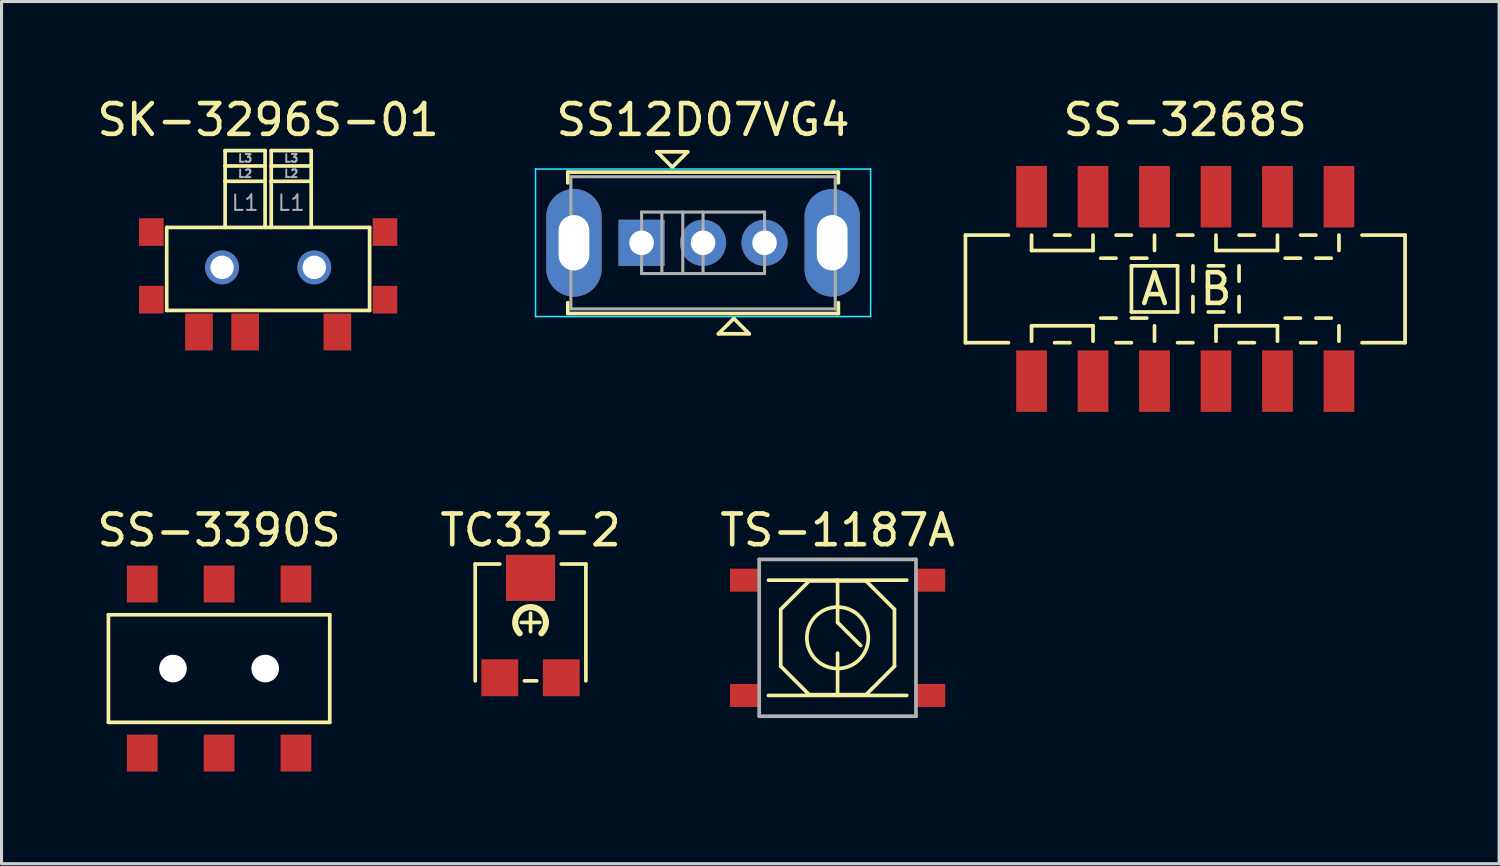
<source format=kicad_pcb>
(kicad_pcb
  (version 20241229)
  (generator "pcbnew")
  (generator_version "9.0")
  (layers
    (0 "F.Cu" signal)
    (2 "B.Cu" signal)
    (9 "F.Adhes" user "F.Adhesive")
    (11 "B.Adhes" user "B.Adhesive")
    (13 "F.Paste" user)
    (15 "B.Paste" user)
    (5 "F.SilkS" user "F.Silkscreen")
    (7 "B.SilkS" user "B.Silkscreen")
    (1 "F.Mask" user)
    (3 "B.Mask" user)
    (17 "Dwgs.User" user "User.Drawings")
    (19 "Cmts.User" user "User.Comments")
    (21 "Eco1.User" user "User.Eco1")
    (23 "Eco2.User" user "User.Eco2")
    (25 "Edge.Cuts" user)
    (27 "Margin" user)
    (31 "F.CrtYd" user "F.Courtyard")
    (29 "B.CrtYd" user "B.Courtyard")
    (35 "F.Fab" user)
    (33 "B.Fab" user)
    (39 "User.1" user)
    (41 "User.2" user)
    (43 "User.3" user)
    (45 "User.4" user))
  (footprint "SS12D07VG4"
    (layer "F.Cu")
    (at 17.82 4.848)
    (property "Reference" "SS12D07VG4" (at 2 -4 0) (layer "F.SilkS") (effects (font (size 1 1) (thickness 0.15))))
    (attr through_hole)
    (fp_line (start -2.4 -2.3) (end 6.4 -2.3) (stroke (width 0.12) (type solid)) (layer "F.SilkS"))
    (fp_line (start -2.4 -1.95) (end -2.4 -2.3) (stroke (width 0.12) (type solid)) (layer "F.SilkS"))
    (fp_line (start -2.4 2.3) (end -2.4 1.95) (stroke (width 0.12) (type solid)) (layer "F.SilkS"))
    (fp_line (start 0.5 -2.96) (end 1 -2.46) (stroke (width 0.12) (type solid)) (layer "F.SilkS"))
    (fp_line (start 1 -2.46) (end 1.5 -2.96) (stroke (width 0.12) (type solid)) (layer "F.SilkS"))
    (fp_line (start 1.5 -2.96) (end 0.5 -2.96) (stroke (width 0.12) (type solid)) (layer "F.SilkS"))
    (fp_line (start 2.5 2.96) (end 3.5 2.96) (stroke (width 0.12) (type solid)) (layer "F.SilkS"))
    (fp_line (start 3 2.46) (end 2.5 2.96) (stroke (width 0.12) (type solid)) (layer "F.SilkS"))
    (fp_line (start 3.5 2.96) (end 3 2.46) (stroke (width 0.12) (type solid)) (layer "F.SilkS"))
    (fp_line (start 6.4 -2.3) (end 6.4 -1.95) (stroke (width 0.12) (type solid)) (layer "F.SilkS"))
    (fp_line (start 6.4 2.3) (end -2.4 2.3) (stroke (width 0.12) (type solid)) (layer "F.SilkS"))
    (fp_line (start 6.4 2.3) (end 6.4 1.95) (stroke (width 0.12) (type solid)) (layer "F.SilkS"))
    (fp_line (start -3.45 -2.4) (end 7.45 -2.4) (stroke (width 0.05) (type solid)) (layer "B.CrtYd"))
    (fp_line (start -3.45 2.4) (end -3.45 -2.4) (stroke (width 0.05) (type solid)) (layer "B.CrtYd"))
    (fp_line (start 7.45 -2.4) (end 7.45 2.4) (stroke (width 0.05) (type solid)) (layer "B.CrtYd"))
    (fp_line (start 7.45 2.4) (end -3.45 2.4) (stroke (width 0.05) (type solid)) (layer "B.CrtYd"))
    (fp_line (start -2.3 -2.15) (end 6.3 -2.15) (stroke (width 0.1) (type solid)) (layer "F.Fab"))
    (fp_line (start -2.3 2.15) (end -2.3 -2.15) (stroke (width 0.1) (type solid)) (layer "F.Fab"))
    (fp_line (start 0 -1) (end 0 1) (stroke (width 0.1) (type solid)) (layer "F.Fab"))
    (fp_line (start 0 -1) (end 4 -1) (stroke (width 0.1) (type solid)) (layer "F.Fab"))
    (fp_line (start 0 1) (end 4 1) (stroke (width 0.1) (type solid)) (layer "F.Fab"))
    (fp_line (start 0.66 -1) (end 0.66 1) (stroke (width 0.1) (type solid)) (layer "F.Fab"))
    (fp_line (start 1.34 -1) (end 1.34 1) (stroke (width 0.1) (type solid)) (layer "F.Fab"))
    (fp_line (start 2 -1) (end 2 1) (stroke (width 0.1) (type solid)) (layer "F.Fab"))
    (fp_line (start 4 -1) (end 4 1) (stroke (width 0.1) (type solid)) (layer "F.Fab"))
    (fp_line (start 6.3 -2.15) (end 6.3 2.15) (stroke (width 0.1) (type solid)) (layer "F.Fab"))
    (fp_line (start 6.3 2.15) (end -2.3 2.15) (stroke (width 0.1) (type solid)) (layer "F.Fab"))
    (pad "" thru_hole oval (at -2.2 0) (size 1.8 3.5) (drill oval 1 1.8) (layers "*.Cu" "*.Mask"))
    (pad "" thru_hole oval (at 6.2 0) (size 1.8 3.5) (drill oval 1 1.8) (layers "*.Cu" "*.Mask"))
    (pad "1" thru_hole rect (at 0 0) (size 1.5 1.5) (drill 0.8) (layers "*.Cu" "*.Mask"))
    (pad "2" thru_hole oval (at 2 0) (size 1.5 1.5) (drill 0.8) (layers "*.Cu" "*.Mask"))
    (pad "3" thru_hole circle (at 4 0) (size 1.5 1.5) (drill 0.8) (layers "*.Cu" "*.Mask")))
  (footprint "SS-3268S"
    (layer "F.Cu")
    (at 35.505 6.348)
    (property "Reference" "SS-3268S" (at 0 -5.5 0) (layer "F.SilkS") (effects (font (size 1 1) (thickness 0.15))))
    (attr through_hole)
    (fp_line (start -7.15 -1.75) (end -7.15 1.75) (stroke (width 0.12) (type solid)) (layer "F.SilkS"))
    (fp_line (start -7.15 1.75) (end -5.75 1.75) (stroke (width 0.12) (type solid)) (layer "F.SilkS"))
    (fp_line (start -5.75 -1.75) (end -7.15 -1.75) (stroke (width 0.12) (type solid)) (layer "F.SilkS"))
    (fp_line (start -5 -1.75) (end -5 -1.25) (stroke (width 0.12) (type solid)) (layer "F.SilkS"))
    (fp_line (start -5 -1.25) (end -3 -1.25) (stroke (width 0.12) (type solid)) (layer "F.SilkS"))
    (fp_line (start -5 1.2) (end -3 1.2) (stroke (width 0.12) (type solid)) (layer "F.SilkS"))
    (fp_line (start -5 1.7) (end -5 1.2) (stroke (width 0.12) (type solid)) (layer "F.SilkS"))
    (fp_line (start -4.25 -1.75) (end -3.75 -1.75) (stroke (width 0.12) (type solid)) (layer "F.SilkS"))
    (fp_line (start -4.25 1.75) (end -3.75 1.75) (stroke (width 0.12) (type solid)) (layer "F.SilkS"))
    (fp_line (start -3 -1.25) (end -3 -1.75) (stroke (width 0.12) (type solid)) (layer "F.SilkS"))
    (fp_line (start -3 1.2) (end -3 1.7) (stroke (width 0.12) (type solid)) (layer "F.SilkS"))
    (fp_line (start -2.75 -1) (end -2.25 -1) (stroke (width 0.12) (type solid)) (layer "F.SilkS"))
    (fp_line (start -2.75 0.95) (end -2.25 0.95) (stroke (width 0.12) (type solid)) (layer "F.SilkS"))
    (fp_line (start -2.25 -1.75) (end -1.75 -1.75) (stroke (width 0.12) (type solid)) (layer "F.SilkS"))
    (fp_line (start -2.25 1.75) (end -1.75 1.75) (stroke (width 0.12) (type solid)) (layer "F.SilkS"))
    (fp_line (start -1.75 -0.75) (end -1.75 0.75) (stroke (width 0.12) (type solid)) (layer "F.SilkS"))
    (fp_line (start -1.75 0.75) (end -0.25 0.75) (stroke (width 0.12) (type solid)) (layer "F.SilkS"))
    (fp_line (start -1.25 -1) (end -1.75 -1) (stroke (width 0.12) (type solid)) (layer "F.SilkS"))
    (fp_line (start -1.25 0.95) (end -1.75 0.95) (stroke (width 0.12) (type solid)) (layer "F.SilkS"))
    (fp_line (start -1 -1.75) (end -1 -1.25) (stroke (width 0.12) (type solid)) (layer "F.SilkS"))
    (fp_line (start -1 1.7) (end -1 1.2) (stroke (width 0.12) (type solid)) (layer "F.SilkS"))
    (fp_line (start -0.25 -1.75) (end 0.25 -1.75) (stroke (width 0.12) (type solid)) (layer "F.SilkS"))
    (fp_line (start -0.25 -0.75) (end -1.75 -0.75) (stroke (width 0.12) (type solid)) (layer "F.SilkS"))
    (fp_line (start -0.25 0.75) (end -0.25 -0.75) (stroke (width 0.12) (type solid)) (layer "F.SilkS"))
    (fp_line (start -0.25 1.75) (end 0.25 1.75) (stroke (width 0.12) (type solid)) (layer "F.SilkS"))
    (fp_line (start 0.25 -0.75) (end 0.25 -0.25) (stroke (width 0.12) (type solid)) (layer "F.SilkS"))
    (fp_line (start 0.25 0.25) (end 0.25 0.75) (stroke (width 0.12) (type solid)) (layer "F.SilkS"))
    (fp_line (start 0.75 0.75) (end 1.25 0.75) (stroke (width 0.12) (type solid)) (layer "F.SilkS"))
    (fp_line (start 1 -1.75) (end 1 -1.25) (stroke (width 0.12) (type solid)) (layer "F.SilkS"))
    (fp_line (start 1 -1.25) (end 3 -1.25) (stroke (width 0.12) (type solid)) (layer "F.SilkS"))
    (fp_line (start 1 1.2) (end 3 1.2) (stroke (width 0.12) (type solid)) (layer "F.SilkS"))
    (fp_line (start 1 1.7) (end 1 1.2) (stroke (width 0.12) (type solid)) (layer "F.SilkS"))
    (fp_line (start 1.25 -0.75) (end 0.75 -0.75) (stroke (width 0.12) (type solid)) (layer "F.SilkS"))
    (fp_line (start 1.75 -1.75) (end 2.25 -1.75) (stroke (width 0.12) (type solid)) (layer "F.SilkS"))
    (fp_line (start 1.75 -0.25) (end 1.75 -0.75) (stroke (width 0.12) (type solid)) (layer "F.SilkS"))
    (fp_line (start 1.75 0.75) (end 1.75 0.25) (stroke (width 0.12) (type solid)) (layer "F.SilkS"))
    (fp_line (start 1.75 1.75) (end 2.25 1.75) (stroke (width 0.12) (type solid)) (layer "F.SilkS"))
    (fp_line (start 3 -1.25) (end 3 -1.75) (stroke (width 0.12) (type solid)) (layer "F.SilkS"))
    (fp_line (start 3 1.2) (end 3 1.7) (stroke (width 0.12) (type solid)) (layer "F.SilkS"))
    (fp_line (start 3.25 -1) (end 3.75 -1) (stroke (width 0.12) (type solid)) (layer "F.SilkS"))
    (fp_line (start 3.25 0.95) (end 3.75 0.95) (stroke (width 0.12) (type solid)) (layer "F.SilkS"))
    (fp_line (start 3.75 -1.75) (end 4.25 -1.75) (stroke (width 0.12) (type solid)) (layer "F.SilkS"))
    (fp_line (start 3.75 1.75) (end 4.25 1.75) (stroke (width 0.12) (type solid)) (layer "F.SilkS"))
    (fp_line (start 4.75 -1) (end 4.25 -1) (stroke (width 0.12) (type solid)) (layer "F.SilkS"))
    (fp_line (start 4.75 0.95) (end 4.25 0.95) (stroke (width 0.12) (type solid)) (layer "F.SilkS"))
    (fp_line (start 5 -1.75) (end 5 -1.25) (stroke (width 0.12) (type solid)) (layer "F.SilkS"))
    (fp_line (start 5 1.7) (end 5 1.2) (stroke (width 0.12) (type solid)) (layer "F.SilkS"))
    (fp_line (start 5.75 -1.75) (end 7.15 -1.75) (stroke (width 0.12) (type solid)) (layer "F.SilkS"))
    (fp_line (start 5.75 1.75) (end 7.15 1.75) (stroke (width 0.12) (type solid)) (layer "F.SilkS"))
    (fp_line (start 7.15 1.75) (end 7.15 -1.75) (stroke (width 0.12) (type solid)) (layer "F.SilkS"))
    (fp_text user "B" (at 1 0 0) (layer "F.SilkS") (effects (font (size 1 1) (thickness 0.15))))
    (fp_text user "A" (at -1 0 0) (layer "F.SilkS") (effects (font (size 1 1) (thickness 0.15))))
    (pad "1" smd rect (at -5 -3) (size 1 2) (layers "F.Cu" "F.Mask" "F.Paste"))
    (pad "2" smd rect (at -3 -3) (size 1 2) (layers "F.Cu" "F.Mask" "F.Paste"))
    (pad "3" smd rect (at -1 -3) (size 1 2) (layers "F.Cu" "F.Mask" "F.Paste"))
    (pad "4" smd rect (at 1 -3) (size 1 2) (layers "F.Cu" "F.Mask" "F.Paste"))
    (pad "5" smd rect (at 3 -3) (size 1 2) (layers "F.Cu" "F.Mask" "F.Paste"))
    (pad "6" smd rect (at 5 -3) (size 1 2) (layers "F.Cu" "F.Mask" "F.Paste"))
    (pad "7" smd rect (at 5 3 180) (size 1 2) (layers "F.Cu" "F.Mask" "F.Paste"))
    (pad "8" smd rect (at 3 3 180) (size 1 2) (layers "F.Cu" "F.Mask" "F.Paste"))
    (pad "9" smd rect (at 1 3 180) (size 1 2) (layers "F.Cu" "F.Mask" "F.Paste"))
    (pad "10" smd rect (at -1 3 180) (size 1 2) (layers "F.Cu" "F.Mask" "F.Paste"))
    (pad "11" smd rect (at -3 3 180) (size 1 2) (layers "F.Cu" "F.Mask" "F.Paste"))
    (pad "12" smd rect (at -5 3 180) (size 1 2) (layers "F.Cu" "F.Mask" "F.Paste")))
  (footprint "SS-3390S"
    (layer "F.Cu")
    (at 4.077 18.697)
    (property "Reference" "SS-3390S" (at 0 -4.5 0) (layer "F.SilkS") (effects (font (size 1 1) (thickness 0.15))))
    (attr through_hole)
    (fp_line (start -3.6 -1.75) (end 3.6 -1.75) (stroke (width 0.12) (type solid)) (layer "F.SilkS"))
    (fp_line (start -3.6 1.75) (end -3.6 -1.75) (stroke (width 0.12) (type solid)) (layer "F.SilkS"))
    (fp_line (start 3.6 -1.75) (end 3.6 1.75) (stroke (width 0.12) (type solid)) (layer "F.SilkS"))
    (fp_line (start 3.6 1.75) (end -3.6 1.75) (stroke (width 0.12) (type solid)) (layer "F.SilkS"))
    (pad "" np_thru_hole circle (at -1.5 0) (size 0.9 0.9) (drill 0.9) (layers "*.Cu" "*.Mask"))
    (pad "" np_thru_hole circle (at 1.5 0) (size 0.9 0.9) (drill 0.9) (layers "*.Cu" "*.Mask"))
    (pad "1" smd rect (at -2.5 -2.75) (size 1 1.2) (layers "F.Cu" "F.Mask" "F.Paste"))
    (pad "2" smd rect (at 0 -2.75) (size 1 1.2) (layers "F.Cu" "F.Mask" "F.Paste"))
    (pad "3" smd rect (at 2.5 -2.75) (size 1 1.2) (layers "F.Cu" "F.Mask" "F.Paste"))
    (pad "4" smd rect (at -2.5 2.75) (size 1 1.2) (layers "F.Cu" "F.Mask" "F.Paste"))
    (pad "5" smd rect (at 0 2.75) (size 1 1.2) (layers "F.Cu" "F.Mask" "F.Paste"))
    (pad "6" smd rect (at 2.5 2.75) (size 1 1.2) (layers "F.Cu" "F.Mask" "F.Paste")))
  (footprint "TC33-2"
    (layer "F.Cu")
    (at 14.208 17.197)
    (property "Reference" "TC33-2" (at 0 -3 0) (layer "F.SilkS") (effects (font (size 1 1) (thickness 0.15))))
    (attr through_hole)
    (fp_line (start -1.8 -1.9) (end -1 -1.9) (stroke (width 0.12) (type solid)) (layer "F.SilkS"))
    (fp_line (start -1.8 1.9) (end -1.8 -1.9) (stroke (width 0.12) (type solid)) (layer "F.SilkS"))
    (fp_line (start -0.3 0) (end 0.3 0) (stroke (width 0.12) (type solid)) (layer "F.SilkS"))
    (fp_line (start 0 0.3) (end 0 -0.3) (stroke (width 0.12) (type solid)) (layer "F.SilkS"))
    (fp_line (start 0.2 1.9) (end -0.2 1.9) (stroke (width 0.12) (type solid)) (layer "F.SilkS"))
    (fp_line (start 1.8 -1.9) (end 1 -1.9) (stroke (width 0.12) (type solid)) (layer "F.SilkS"))
    (fp_line (start 1.8 -1.9) (end 1.8 1.9) (stroke (width 0.12) (type solid)) (layer "F.SilkS"))
    (fp_arc (start -0.353553 0.353553) (mid -0.191342 -0.461939) (end 0.5 0) (stroke (width 0.2) (type solid)) (layer "F.SilkS"))
    (fp_arc (start 0.5 0) (mid 0.46194 0.191342) (end 0.353553 0.353553) (stroke (width 0.2) (type solid)) (layer "F.SilkS"))
    (pad "1" smd rect (at -1 1.8) (size 1.2 1.2) (layers "F.Cu" "F.Mask" "F.Paste"))
    (pad "2" smd rect (at 0 -1.45) (size 1.6 1.5) (layers "F.Cu" "F.Mask" "F.Paste"))
    (pad "3" smd rect (at 1 1.8) (size 1.2 1.2) (layers "F.Cu" "F.Mask" "F.Paste")))
  (footprint "TS-1187A"
    (layer "F.Cu")
    (at 24.196 17.697)
    (property "Reference" "TS-1187A" (at 0 -3.5 0) (layer "F.SilkS") (effects (font (size 1 1) (thickness 0.15))))
    (attr through_hole)
    (fp_line (start -2.25 -1.875) (end 2.25 -1.875) (stroke (width 0.12) (type solid)) (layer "F.SilkS"))
    (fp_line (start -1.85 -0.925) (end -1.85 0.925) (stroke (width 0.12) (type solid)) (layer "F.SilkS"))
    (fp_line (start -1.85 -0.925) (end -0.925 -1.85) (stroke (width 0.12) (type solid)) (layer "F.SilkS"))
    (fp_line (start -0.925 1.85) (end -1.85 0.925) (stroke (width 0.12) (type solid)) (layer "F.SilkS"))
    (fp_line (start -0.925 1.85) (end 0.925 1.85) (stroke (width 0.12) (type solid)) (layer "F.SilkS"))
    (fp_line (start 0 -0.5) (end 0 -1.875) (stroke (width 0.12) (type solid)) (layer "F.SilkS"))
    (fp_line (start 0 -0.5) (end 0.75 0.25) (stroke (width 0.12) (type solid)) (layer "F.SilkS"))
    (fp_line (start 0 0.5) (end 0 1.875) (stroke (width 0.12) (type solid)) (layer "F.SilkS"))
    (fp_line (start 0.925 -1.85) (end -0.925 -1.85) (stroke (width 0.12) (type solid)) (layer "F.SilkS"))
    (fp_line (start 0.925 -1.85) (end 1.85 -0.925) (stroke (width 0.12) (type solid)) (layer "F.SilkS"))
    (fp_line (start 0.925 1.85) (end 1.85 0.925) (stroke (width 0.12) (type solid)) (layer "F.SilkS"))
    (fp_line (start 1.85 0.925) (end 1.85 -0.925) (stroke (width 0.12) (type solid)) (layer "F.SilkS"))
    (fp_line (start 2.25 1.875) (end -2.25 1.875) (stroke (width 0.12) (type solid)) (layer "F.SilkS"))
    (fp_circle (center 0 0) (end 1 0) (stroke (width 0.12) (type solid)) (fill no) (layer "F.SilkS"))
    (fp_line (start -2.55 -2.55) (end -2.55 2.55) (stroke (width 0.12) (type solid)) (layer "F.Fab"))
    (fp_line (start -2.55 2.55) (end 2.55 2.55) (stroke (width 0.12) (type solid)) (layer "F.Fab"))
    (fp_line (start 2.55 -2.55) (end -2.55 -2.55) (stroke (width 0.12) (type solid)) (layer "F.Fab"))
    (fp_line (start 2.55 2.55) (end 2.55 -2.55) (stroke (width 0.12) (type solid)) (layer "F.Fab"))
    (pad "1" smd rect (at -3 -1.875) (size 1 0.75) (layers "F.Cu" "F.Mask" "F.Paste"))
    (pad "2" smd rect (at -3 1.875) (size 1 0.75) (layers "F.Cu" "F.Mask" "F.Paste"))
    (pad "3" smd rect (at 3 -1.875) (size 1 0.75) (layers "F.Cu" "F.Mask" "F.Paste"))
    (pad "4" smd rect (at 3 1.875) (size 1 0.75) (layers "F.Cu" "F.Mask" "F.Paste")))
  (footprint "SK-3296S-01"
    (layer "F.Cu")
    (at 5.673 5.648)
    (property "Reference" "SK-3296S-01" (at 0 -4.8 0) (layer "F.SilkS") (effects (font (size 1 1) (thickness 0.15))))
    (attr through_hole)
    (fp_line (start -3.3 -1.3) (end 3.3 -1.3) (stroke (width 0.12) (type solid)) (layer "F.SilkS"))
    (fp_line (start -3.3 1.4) (end -3.3 -1.3) (stroke (width 0.12) (type solid)) (layer "F.SilkS"))
    (fp_line (start -1.4 -3.8) (end -0.1 -3.8) (stroke (width 0.12) (type solid)) (layer "F.SilkS"))
    (fp_line (start -1.4 -3.3) (end -1.4 -3.8) (stroke (width 0.12) (type solid)) (layer "F.SilkS"))
    (fp_line (start -1.4 -3.3) (end -0.1 -3.3) (stroke (width 0.12) (type solid)) (layer "F.SilkS"))
    (fp_line (start -1.4 -2.8) (end -1.4 -3.3) (stroke (width 0.12) (type solid)) (layer "F.SilkS"))
    (fp_line (start -1.4 -2.8) (end -0.1 -2.8) (stroke (width 0.12) (type solid)) (layer "F.SilkS"))
    (fp_line (start -1.4 -1.3) (end -1.4 -2.8) (stroke (width 0.12) (type solid)) (layer "F.SilkS"))
    (fp_line (start -0.1 -3.8) (end -0.1 -3.3) (stroke (width 0.12) (type solid)) (layer "F.SilkS"))
    (fp_line (start -0.1 -3.3) (end -0.1 -2.8) (stroke (width 0.12) (type solid)) (layer "F.SilkS"))
    (fp_line (start -0.1 -2.8) (end -0.1 -1.3) (stroke (width 0.12) (type solid)) (layer "F.SilkS"))
    (fp_line (start 0.1 -3.8) (end 1.4 -3.8) (stroke (width 0.12) (type solid)) (layer "F.SilkS"))
    (fp_line (start 0.1 -3.3) (end 0.1 -3.8) (stroke (width 0.12) (type solid)) (layer "F.SilkS"))
    (fp_line (start 0.1 -3.3) (end 1.4 -3.3) (stroke (width 0.12) (type solid)) (layer "F.SilkS"))
    (fp_line (start 0.1 -2.8) (end 0.1 -3.3) (stroke (width 0.12) (type solid)) (layer "F.SilkS"))
    (fp_line (start 0.1 -2.8) (end 1.4 -2.8) (stroke (width 0.12) (type solid)) (layer "F.SilkS"))
    (fp_line (start 0.1 -1.3) (end 0.1 -2.8) (stroke (width 0.12) (type solid)) (layer "F.SilkS"))
    (fp_line (start 1.4 -3.8) (end 1.4 -3.3) (stroke (width 0.12) (type solid)) (layer "F.SilkS"))
    (fp_line (start 1.4 -3.3) (end 1.4 -2.8) (stroke (width 0.12) (type solid)) (layer "F.SilkS"))
    (fp_line (start 1.4 -2.8) (end 1.4 -1.3) (stroke (width 0.12) (type solid)) (layer "F.SilkS"))
    (fp_line (start 3.3 -1.3) (end 3.3 1.4) (stroke (width 0.12) (type solid)) (layer "F.SilkS"))
    (fp_line (start 3.3 1.4) (end -3.3 1.4) (stroke (width 0.12) (type solid)) (layer "F.SilkS"))
    (fp_text user "L2" (at 0.75 -3.05 0) (layer "F.Fab") (effects (font (size 0.25 0.25) (thickness 0.062))))
    (fp_text user "L1" (at 0.75 -2.1 0) (layer "F.Fab") (effects (font (size 0.5 0.5) (thickness 0.065))))
    (fp_text user "L3" (at 0.75 -3.55 0) (layer "F.Fab") (effects (font (size 0.25 0.25) (thickness 0.062))))
    (fp_text user "L2" (at -0.75 -3.05 0) (layer "F.Fab") (effects (font (size 0.25 0.25) (thickness 0.062))))
    (fp_text user "L1" (at -0.75 -2.1 0) (layer "F.Fab") (effects (font (size 0.5 0.5) (thickness 0.065))))
    (fp_text user "L3" (at -0.75 -3.55 0) (layer "F.Fab") (effects (font (size 0.25 0.25) (thickness 0.062))))
    (pad "" np_thru_hole circle (at -1.5 0) (size 1.1 1.1) (drill 0.762) (layers "*.Cu" "*.Mask"))
    (pad "" np_thru_hole circle (at 1.5 0) (size 1.1 1.1) (drill 0.762) (layers "*.Cu" "*.Mask"))
    (pad "1" smd rect (at 2.25 2.1) (size 0.9 1.2) (layers "F.Cu" "F.Mask" "F.Paste"))
    (pad "2" smd rect (at -0.75 2.1) (size 0.9 1.2) (layers "F.Cu" "F.Mask" "F.Paste"))
    (pad "3" smd rect (at -2.25 2.1) (size 0.9 1.2) (layers "F.Cu" "F.Mask" "F.Paste"))
    (pad "4" smd rect (at -3.8 -1.15) (size 0.8 0.9) (layers "F.Cu" "F.Mask" "F.Paste"))
    (pad "4" smd rect (at -3.8 1.05) (size 0.8 0.9) (layers "F.Cu" "F.Mask" "F.Paste"))
    (pad "4" smd rect (at 3.8 -1.15) (size 0.8 0.9) (layers "F.Cu" "F.Mask" "F.Paste"))
    (pad "4" smd rect (at 3.8 1.05) (size 0.8 0.9) (layers "F.Cu" "F.Mask" "F.Paste")))
  (gr_rect
    (start -3 -3)
    (end 45.715 25.047)
    (stroke (width 0.1) (type default))
    (fill no)
    (layer "Edge.Cuts")))
</source>
